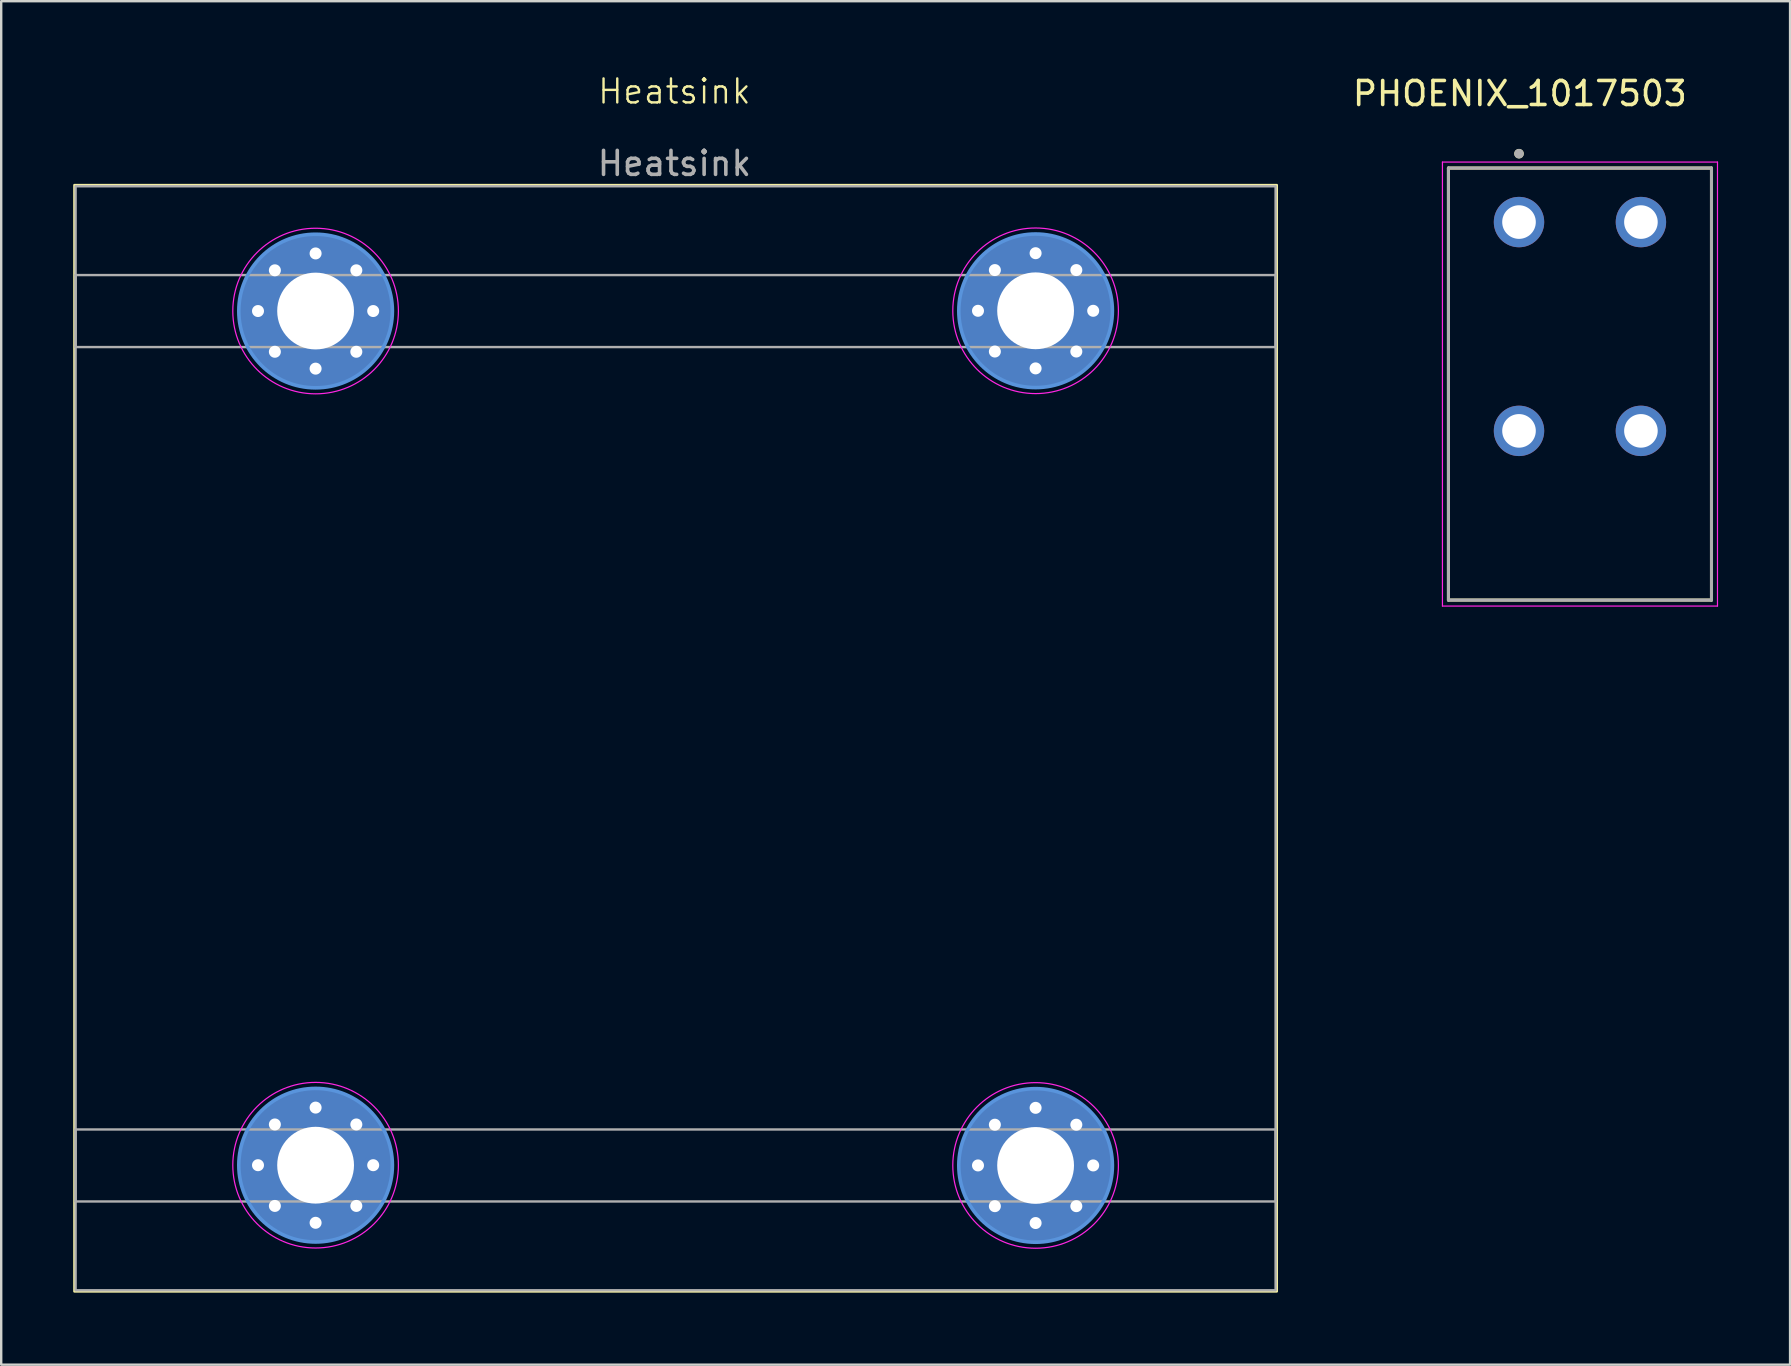
<source format=kicad_pcb>
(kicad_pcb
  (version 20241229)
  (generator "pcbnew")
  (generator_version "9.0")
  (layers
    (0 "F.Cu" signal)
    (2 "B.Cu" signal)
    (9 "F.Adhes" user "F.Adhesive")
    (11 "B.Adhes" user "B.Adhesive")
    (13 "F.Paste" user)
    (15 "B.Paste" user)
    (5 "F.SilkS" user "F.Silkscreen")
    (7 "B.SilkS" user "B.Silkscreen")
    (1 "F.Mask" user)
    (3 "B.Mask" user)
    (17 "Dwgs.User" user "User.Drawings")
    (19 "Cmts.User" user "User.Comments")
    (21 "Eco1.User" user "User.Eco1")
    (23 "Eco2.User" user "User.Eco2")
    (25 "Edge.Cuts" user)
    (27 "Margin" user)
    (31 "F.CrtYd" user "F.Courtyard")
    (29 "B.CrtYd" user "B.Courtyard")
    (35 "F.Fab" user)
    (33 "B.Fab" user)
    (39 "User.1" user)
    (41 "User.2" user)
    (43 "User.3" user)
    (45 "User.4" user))
  (footprint "Heatsink"
    (layer "F.Cu")
    (at 25.05 1.26)
    (property "Reference" "Heatsink" (at 0 -0.5 0) (unlocked yes) (layer "F.SilkS") (effects (font (size 1 1) (thickness 0.1))))
    (attr exclude_from_pos_files exclude_from_bom)
    (fp_rect (start -25 3.4) (end 25.1 49.5) (stroke (width 0.1) (type default)) (fill no) (layer "F.SilkS"))
    (fp_circle (center -14.95 8.65) (end -11.75 8.65) (stroke (width 0.15) (type solid)) (fill no) (layer "Cmts.User"))
    (fp_circle (center -14.95 44.24) (end -11.75 44.24) (stroke (width 0.15) (type solid)) (fill no) (layer "Cmts.User"))
    (fp_circle (center 15.05 8.64) (end 18.25 8.64) (stroke (width 0.15) (type solid)) (fill no) (layer "Cmts.User"))
    (fp_circle (center 15.05 44.25) (end 18.25 44.25) (stroke (width 0.15) (type solid)) (fill no) (layer "Cmts.User"))
    (fp_circle (center -14.95 8.65) (end -11.5 8.65) (stroke (width 0.05) (type solid)) (fill no) (layer "F.CrtYd"))
    (fp_circle (center -14.95 44.24) (end -11.5 44.24) (stroke (width 0.05) (type solid)) (fill no) (layer "F.CrtYd"))
    (fp_circle (center 15.05 8.64) (end 18.5 8.64) (stroke (width 0.05) (type solid)) (fill no) (layer "F.CrtYd"))
    (fp_circle (center 15.05 44.25) (end 18.5 44.25) (stroke (width 0.05) (type solid)) (fill no) (layer "F.CrtYd"))
    (fp_line (start -24.95 7.15) (end 25.05 7.15) (stroke (width 0.1) (type default)) (layer "F.Fab"))
    (fp_line (start -24.95 10.15) (end -24.95 7.15) (stroke (width 0.1) (type default)) (layer "F.Fab"))
    (fp_line (start -24.95 10.15) (end 25.05 10.15) (stroke (width 0.1) (type default)) (layer "F.Fab"))
    (fp_line (start -24.95 42.75) (end -24.95 45.75) (stroke (width 0.1) (type default)) (layer "F.Fab"))
    (fp_line (start -24.95 42.75) (end 25.05 42.75) (stroke (width 0.1) (type default)) (layer "F.Fab"))
    (fp_line (start -24.95 45.75) (end 25.05 45.75) (stroke (width 0.1) (type default)) (layer "F.Fab"))
    (fp_line (start 25.05 7.15) (end 25.05 10.15) (stroke (width 0.1) (type default)) (layer "F.Fab"))
    (fp_line (start 25.05 45.75) (end 25.05 42.75) (stroke (width 0.1) (type default)) (layer "F.Fab"))
    (fp_rect (start -24.95 3.45) (end 25.05 49.45) (stroke (width 0.1) (type solid)) (fill no) (layer "F.Fab"))
    (fp_text user "${REFERENCE}" (at 0 2.5 0) (unlocked yes) (layer "F.Fab") (effects (font (size 1 1) (thickness 0.15))))
    (pad "1" thru_hole circle (at -17.35 8.65) (size 0.8 0.8) (drill 0.5) (layers "*.Cu" "*.Mask"))
    (pad "1" thru_hole circle (at -17.35 44.24) (size 0.8 0.8) (drill 0.5) (layers "*.Cu" "*.Mask"))
    (pad "1" thru_hole circle (at -16.647 6.953) (size 0.8 0.8) (drill 0.5) (layers "*.Cu" "*.Mask"))
    (pad "1" thru_hole circle (at -16.647 10.347) (size 0.8 0.8) (drill 0.5) (layers "*.Cu" "*.Mask"))
    (pad "1" thru_hole circle (at -16.647 42.543) (size 0.8 0.8) (drill 0.5) (layers "*.Cu" "*.Mask"))
    (pad "1" thru_hole circle (at -16.647 45.937) (size 0.8 0.8) (drill 0.5) (layers "*.Cu" "*.Mask"))
    (pad "1" thru_hole circle (at -14.95 6.25) (size 0.8 0.8) (drill 0.5) (layers "*.Cu" "*.Mask"))
    (pad "1" thru_hole circle (at -14.95 8.65) (size 6.4 6.4) (drill 3.2) (layers "*.Cu" "*.Mask"))
    (pad "1" thru_hole circle (at -14.95 11.05) (size 0.8 0.8) (drill 0.5) (layers "*.Cu" "*.Mask"))
    (pad "1" thru_hole circle (at -14.95 41.84) (size 0.8 0.8) (drill 0.5) (layers "*.Cu" "*.Mask"))
    (pad "1" thru_hole circle (at -14.95 44.24) (size 6.4 6.4) (drill 3.2) (layers "*.Cu" "*.Mask"))
    (pad "1" thru_hole circle (at -14.95 46.64) (size 0.8 0.8) (drill 0.5) (layers "*.Cu" "*.Mask"))
    (pad "1" thru_hole circle (at -13.253 6.953) (size 0.8 0.8) (drill 0.5) (layers "*.Cu" "*.Mask"))
    (pad "1" thru_hole circle (at -13.253 10.347) (size 0.8 0.8) (drill 0.5) (layers "*.Cu" "*.Mask"))
    (pad "1" thru_hole circle (at -13.253 42.543) (size 0.8 0.8) (drill 0.5) (layers "*.Cu" "*.Mask"))
    (pad "1" thru_hole circle (at -13.253 45.937) (size 0.8 0.8) (drill 0.5) (layers "*.Cu" "*.Mask"))
    (pad "1" thru_hole circle (at -12.55 8.65) (size 0.8 0.8) (drill 0.5) (layers "*.Cu" "*.Mask"))
    (pad "1" thru_hole circle (at -12.55 44.24) (size 0.8 0.8) (drill 0.5) (layers "*.Cu" "*.Mask"))
    (pad "1" thru_hole circle (at 12.65 8.64) (size 0.8 0.8) (drill 0.5) (layers "*.Cu" "*.Mask"))
    (pad "1" thru_hole circle (at 12.65 44.25) (size 0.8 0.8) (drill 0.5) (layers "*.Cu" "*.Mask"))
    (pad "1" thru_hole circle (at 13.353 6.943) (size 0.8 0.8) (drill 0.5) (layers "*.Cu" "*.Mask"))
    (pad "1" thru_hole circle (at 13.353 10.337) (size 0.8 0.8) (drill 0.5) (layers "*.Cu" "*.Mask"))
    (pad "1" thru_hole circle (at 13.353 42.553) (size 0.8 0.8) (drill 0.5) (layers "*.Cu" "*.Mask"))
    (pad "1" thru_hole circle (at 13.353 45.947) (size 0.8 0.8) (drill 0.5) (layers "*.Cu" "*.Mask"))
    (pad "1" thru_hole circle (at 15.05 6.24) (size 0.8 0.8) (drill 0.5) (layers "*.Cu" "*.Mask"))
    (pad "1" thru_hole circle (at 15.05 8.64) (size 6.4 6.4) (drill 3.2) (layers "*.Cu" "*.Mask"))
    (pad "1" thru_hole circle (at 15.05 11.04) (size 0.8 0.8) (drill 0.5) (layers "*.Cu" "*.Mask"))
    (pad "1" thru_hole circle (at 15.05 41.85) (size 0.8 0.8) (drill 0.5) (layers "*.Cu" "*.Mask"))
    (pad "1" thru_hole circle (at 15.05 44.25) (size 6.4 6.4) (drill 3.2) (layers "*.Cu" "*.Mask"))
    (pad "1" thru_hole circle (at 15.05 46.65) (size 0.8 0.8) (drill 0.5) (layers "*.Cu" "*.Mask"))
    (pad "1" thru_hole circle (at 16.747 6.943) (size 0.8 0.8) (drill 0.5) (layers "*.Cu" "*.Mask"))
    (pad "1" thru_hole circle (at 16.747 10.337) (size 0.8 0.8) (drill 0.5) (layers "*.Cu" "*.Mask"))
    (pad "1" thru_hole circle (at 16.747 42.553) (size 0.8 0.8) (drill 0.5) (layers "*.Cu" "*.Mask"))
    (pad "1" thru_hole circle (at 16.747 45.947) (size 0.8 0.8) (drill 0.5) (layers "*.Cu" "*.Mask"))
    (pad "1" thru_hole circle (at 17.45 8.64) (size 0.8 0.8) (drill 0.5) (layers "*.Cu" "*.Mask"))
    (pad "1" thru_hole circle (at 17.45 44.25) (size 0.8 0.8) (drill 0.5) (layers "*.Cu" "*.Mask")))
  (footprint "PHOENIX_1017503"
    (layer "F.Cu")
    (at 57.302 21.953)
    (property "Reference" "PHOENIX_1017503" (at 2.975 -21.105 0) (layer "F.SilkS") (effects (font (size 1 1) (thickness 0.15))))
    (attr through_hole)
    (fp_line (start 0 -18) (end 10.96 -18) (stroke (width 0.127) (type solid)) (layer "F.SilkS"))
    (fp_line (start 0 0) (end 0 -18) (stroke (width 0.127) (type solid)) (layer "F.SilkS"))
    (fp_line (start 10.96 -18) (end 10.96 0) (stroke (width 0.127) (type solid)) (layer "F.SilkS"))
    (fp_line (start 10.96 0) (end 0 0) (stroke (width 0.127) (type solid)) (layer "F.SilkS"))
    (fp_circle (center 2.94 -18.6) (end 3.04 -18.6) (stroke (width 0.2) (type solid)) (fill no) (layer "F.SilkS"))
    (fp_line (start -0.25 -18.25) (end -0.25 0.25) (stroke (width 0.05) (type solid)) (layer "F.CrtYd"))
    (fp_line (start -0.25 0.25) (end 11.21 0.25) (stroke (width 0.05) (type solid)) (layer "F.CrtYd"))
    (fp_line (start 11.21 -18.25) (end -0.25 -18.25) (stroke (width 0.05) (type solid)) (layer "F.CrtYd"))
    (fp_line (start 11.21 0.25) (end 11.21 -18.25) (stroke (width 0.05) (type solid)) (layer "F.CrtYd"))
    (fp_line (start 0 -18) (end 10.96 -18) (stroke (width 0.127) (type solid)) (layer "F.Fab"))
    (fp_line (start 0 0) (end 0 -18) (stroke (width 0.127) (type solid)) (layer "F.Fab"))
    (fp_line (start 10.96 -18) (end 10.96 0) (stroke (width 0.127) (type solid)) (layer "F.Fab"))
    (fp_line (start 10.96 0) (end 0 0) (stroke (width 0.127) (type solid)) (layer "F.Fab"))
    (fp_circle (center 2.94 -18.6) (end 3.04 -18.6) (stroke (width 0.2) (type solid)) (fill no) (layer "F.Fab"))
    (pad "1_1" thru_hole circle (at 2.94 -15.75) (size 2.1 2.1) (drill 1.4) (layers "*.Cu" "*.Mask"))
    (pad "1_2" thru_hole circle (at 2.94 -7.05) (size 2.1 2.1) (drill 1.4) (layers "*.Cu" "*.Mask"))
    (pad "2_1" thru_hole circle (at 8.02 -15.75) (size 2.1 2.1) (drill 1.4) (layers "*.Cu" "*.Mask"))
    (pad "2_2" thru_hole circle (at 8.02 -7.05) (size 2.1 2.1) (drill 1.4) (layers "*.Cu" "*.Mask")))
  (gr_rect
    (start -3 -3)
    (end 71.537 53.81)
    (stroke (width 0.1) (type default))
    (fill no)
    (layer "Edge.Cuts")))
</source>
